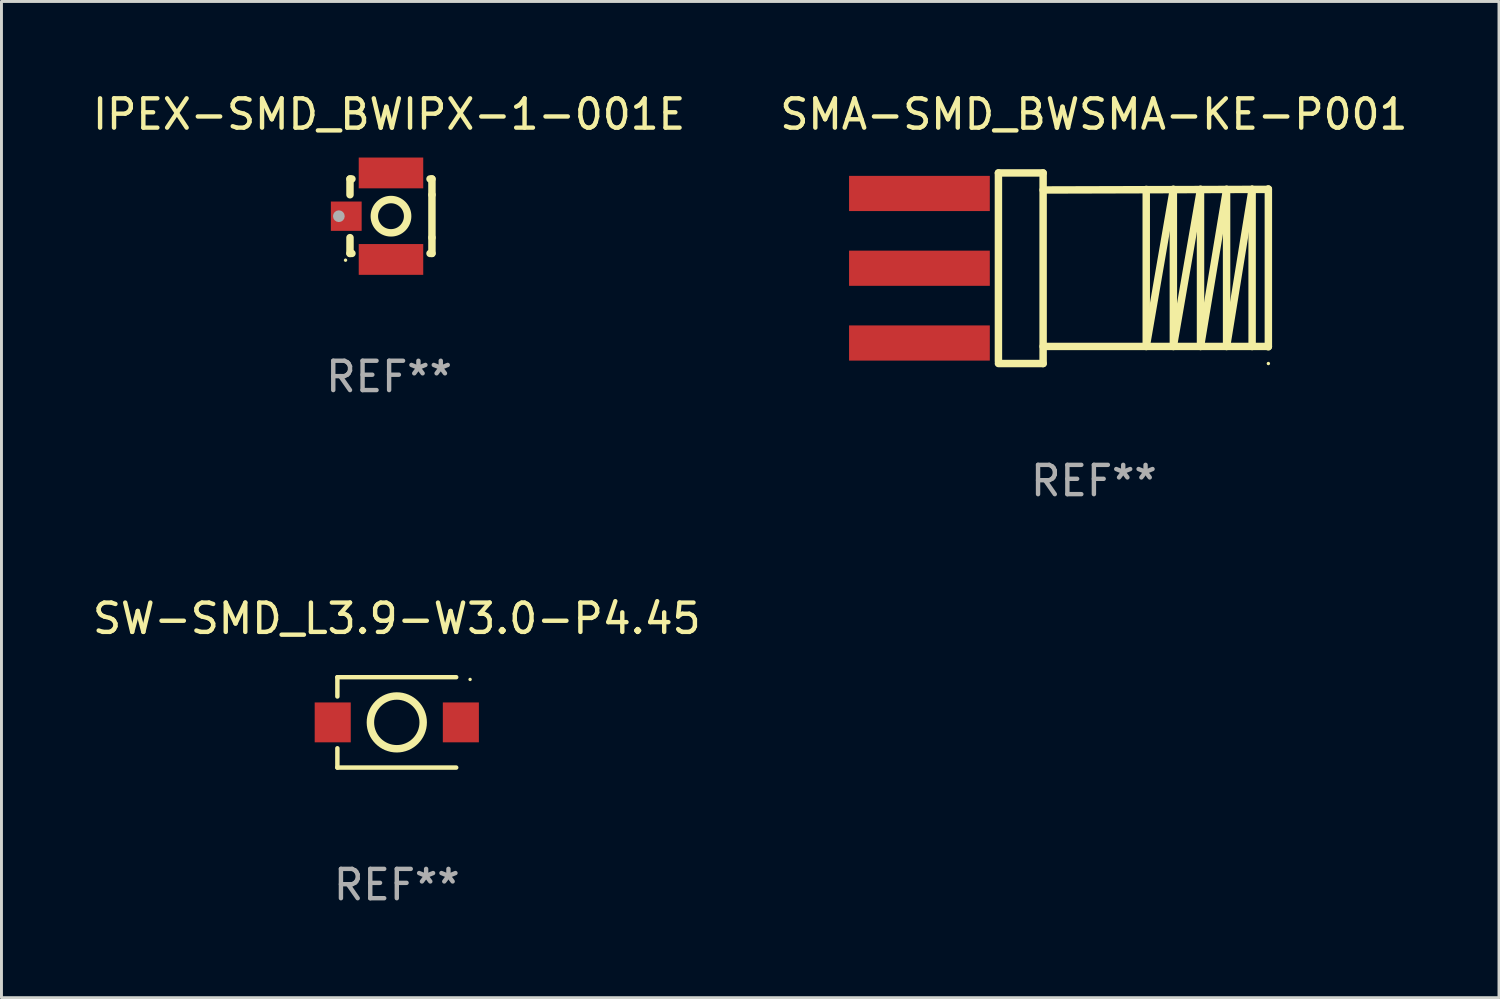
<source format=kicad_pcb>
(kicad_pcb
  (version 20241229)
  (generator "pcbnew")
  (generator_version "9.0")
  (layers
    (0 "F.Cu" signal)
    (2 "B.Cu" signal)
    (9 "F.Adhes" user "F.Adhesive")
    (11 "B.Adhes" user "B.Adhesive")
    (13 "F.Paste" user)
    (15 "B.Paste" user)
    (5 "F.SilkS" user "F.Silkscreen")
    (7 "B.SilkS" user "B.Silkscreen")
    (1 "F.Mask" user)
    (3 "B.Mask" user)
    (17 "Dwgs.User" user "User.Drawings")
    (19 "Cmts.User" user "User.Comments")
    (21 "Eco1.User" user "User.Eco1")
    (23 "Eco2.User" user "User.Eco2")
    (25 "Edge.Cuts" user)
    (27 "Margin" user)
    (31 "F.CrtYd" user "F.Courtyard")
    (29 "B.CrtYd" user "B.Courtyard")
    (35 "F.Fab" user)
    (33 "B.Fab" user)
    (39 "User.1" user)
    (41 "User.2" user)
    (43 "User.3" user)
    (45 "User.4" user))
  (footprint "SMA-SMD_BWSMA-KE-P001"
    (layer "F.Cu")
    (at 34.256 6.098)
    (property "Reference" "SMA-SMD_BWSMA-KE-P001" (at 0 -5.25 0) (layer "F.SilkS") (effects (font (size 1 1) (thickness 0.15))))
    (attr through_hole)
    (fp_line (start -3.256 -3.25) (end -3.256 3.175) (stroke (width 0.254) (type solid)) (layer "F.SilkS"))
    (fp_line (start -1.732 -3.25) (end -3.256 -3.25) (stroke (width 0.254) (type solid)) (layer "F.SilkS"))
    (fp_line (start -1.732 -3.25) (end -1.732 3.25) (stroke (width 0.254) (type solid)) (layer "F.SilkS"))
    (fp_line (start -1.732 3.25) (end -3.256 3.25) (stroke (width 0.254) (type solid)) (layer "F.SilkS"))
    (fp_line (start 1.785 -2.689) (end 1.785 2.667) (stroke (width 0.254) (type solid)) (layer "F.SilkS"))
    (fp_line (start 1.785 2.667) (end 2.71 -2.689) (stroke (width 0.254) (type solid)) (layer "F.SilkS"))
    (fp_line (start 2.71 -2.689) (end 2.71 2.667) (stroke (width 0.254) (type solid)) (layer "F.SilkS"))
    (fp_line (start 2.71 2.667) (end 3.636 -2.689) (stroke (width 0.254) (type solid)) (layer "F.SilkS"))
    (fp_line (start 3.636 -2.689) (end 3.636 2.667) (stroke (width 0.254) (type solid)) (layer "F.SilkS"))
    (fp_line (start 3.636 2.667) (end 4.525 -2.689) (stroke (width 0.254) (type solid)) (layer "F.SilkS"))
    (fp_line (start 4.525 -2.689) (end 4.525 2.667) (stroke (width 0.254) (type solid)) (layer "F.SilkS"))
    (fp_line (start 4.525 2.667) (end 5.396 -2.689) (stroke (width 0.254) (type solid)) (layer "F.SilkS"))
    (fp_line (start 5.396 -2.689) (end -1.732 -2.669) (stroke (width 0.254) (type solid)) (layer "F.SilkS"))
    (fp_line (start 5.396 -2.689) (end 5.396 2.667) (stroke (width 0.254) (type solid)) (layer "F.SilkS"))
    (fp_line (start 5.396 -2.689) (end 5.939 -2.689) (stroke (width 0.254) (type solid)) (layer "F.SilkS"))
    (fp_line (start 5.396 2.667) (end -1.732 2.667) (stroke (width 0.254) (type solid)) (layer "F.SilkS"))
    (fp_line (start 5.396 2.667) (end 5.95 2.667) (stroke (width 0.254) (type solid)) (layer "F.SilkS"))
    (fp_line (start 5.939 -2.689) (end 5.95 -2.7) (stroke (width 0.254) (type solid)) (layer "F.SilkS"))
    (fp_line (start 5.95 -2.7) (end 5.95 2.68) (stroke (width 0.254) (type solid)) (layer "F.SilkS"))
    (fp_circle (center 5.95 3.25) (end 5.98 3.25) (stroke (width 0.06) (type solid)) (fill no) (layer "F.SilkS"))
    (fp_text user "REF**" (at 0 7.25 0) (layer "F.Fab") (effects (font (size 1 1) (thickness 0.15))))
    (pad "1" smd rect (at -5.95 2.55) (size 4.8 1.2) (layers "F.Cu" "F.Mask" "F.Paste"))
    (pad "2" smd rect (at -5.95 -2.55) (size 4.8 1.2) (layers "F.Cu" "F.Mask" "F.Paste"))
    (pad "5" smd rect (at -5.95 -0.000152) (size 4.8 1.2) (layers "F.Cu" "F.Mask" "F.Paste")))
  (footprint "IPEX-SMD_BWIPX-1-001E"
    (layer "F.Cu")
    (at 10.22 4.323)
    (property "Reference" "IPEX-SMD_BWIPX-1-001E" (at 0 -3.475 0) (layer "F.SilkS") (effects (font (size 1 1) (thickness 0.15))))
    (attr through_hole)
    (fp_line (start -1.334 -1.27) (end -1.334 -0.731) (stroke (width 0.254) (type solid)) (layer "F.SilkS"))
    (fp_line (start -1.334 0.731) (end -1.334 1.27) (stroke (width 0.254) (type solid)) (layer "F.SilkS"))
    (fp_line (start -1.334 1.27) (end -1.267 1.27) (stroke (width 0.254) (type solid)) (layer "F.SilkS"))
    (fp_line (start -1.267 -1.27) (end -1.334 -1.27) (stroke (width 0.254) (type solid)) (layer "F.SilkS"))
    (fp_line (start 1.395 1.27) (end 1.461 1.27) (stroke (width 0.254) (type solid)) (layer "F.SilkS"))
    (fp_line (start 1.461 -1.27) (end 1.395 -1.27) (stroke (width 0.254) (type solid)) (layer "F.SilkS"))
    (fp_line (start 1.461 -0.731) (end 1.461 -1.27) (stroke (width 0.254) (type solid)) (layer "F.SilkS"))
    (fp_line (start 1.461 -0.731) (end 1.461 0.731) (stroke (width 0.254) (type solid)) (layer "F.SilkS"))
    (fp_line (start 1.461 1.27) (end 1.461 0.731) (stroke (width 0.254) (type solid)) (layer "F.SilkS"))
    (fp_circle (center -1.486 1.5) (end -1.456 1.5) (stroke (width 0.06) (type solid)) (fill no) (layer "F.SilkS"))
    (fp_circle (center 0.064 0) (end 0.632 0) (stroke (width 0.254) (type solid)) (fill no) (layer "F.SilkS"))
    (fp_circle (center -1.714 0) (end -1.614 0) (stroke (width 0.2) (type solid)) (fill no) (layer "F.Fab"))
    (fp_text user "REF**" (at 0 5.475 0) (layer "F.Fab") (effects (font (size 1 1) (thickness 0.15))))
    (pad "1" smd rect (at -1.461 0 180) (size 1.05 1) (layers "F.Cu" "F.Mask" "F.Paste"))
    (pad "2" smd rect (at 0.064 1.475 180) (size 2.2 1.05) (layers "F.Cu" "F.Mask" "F.Paste"))
    (pad "3" smd rect (at 0.064 -1.475 180) (size 2.2 1.05) (layers "F.Cu" "F.Mask" "F.Paste")))
  (footprint "SW-SMD_L3.9-W3.0-P4.45"
    (layer "F.Cu")
    (at 10.482 21.586)
    (property "Reference" "SW-SMD_L3.9-W3.0-P4.45" (at 0 -3.541 0) (layer "F.SilkS") (effects (font (size 1 1) (thickness 0.15))))
    (attr through_hole)
    (fp_line (start -2.026 -1.541) (end -2.026 -0.883) (stroke (width 0.152) (type solid)) (layer "F.SilkS"))
    (fp_line (start -2.026 1.541) (end -2.026 0.883) (stroke (width 0.152) (type solid)) (layer "F.SilkS"))
    (fp_line (start 2.026 -1.541) (end -2.026 -1.541) (stroke (width 0.152) (type solid)) (layer "F.SilkS"))
    (fp_line (start 2.026 1.541) (end -2.026 1.541) (stroke (width 0.152) (type solid)) (layer "F.SilkS"))
    (fp_circle (center -0.000025 -0.000025) (end 0.9 -0.000025) (stroke (width 0.254) (type solid)) (fill no) (layer "F.SilkS"))
    (fp_circle (center 2.5 -1.465) (end 2.53 -1.465) (stroke (width 0.06) (type solid)) (fill no) (layer "F.SilkS"))
    (fp_text user "REF**" (at 0 5.541 0) (layer "F.Fab") (effects (font (size 1 1) (thickness 0.15))))
    (pad "1" smd rect (at -2.185 0) (size 1.23 1.36) (layers "F.Cu" "F.Mask" "F.Paste"))
    (pad "2" smd rect (at 2.185 0) (size 1.23 1.36) (layers "F.Cu" "F.Mask" "F.Paste")))
  (gr_rect
    (start -3 -3)
    (end 48.071 30.975)
    (stroke (width 0.1) (type default))
    (fill no)
    (layer "Edge.Cuts")))
</source>
